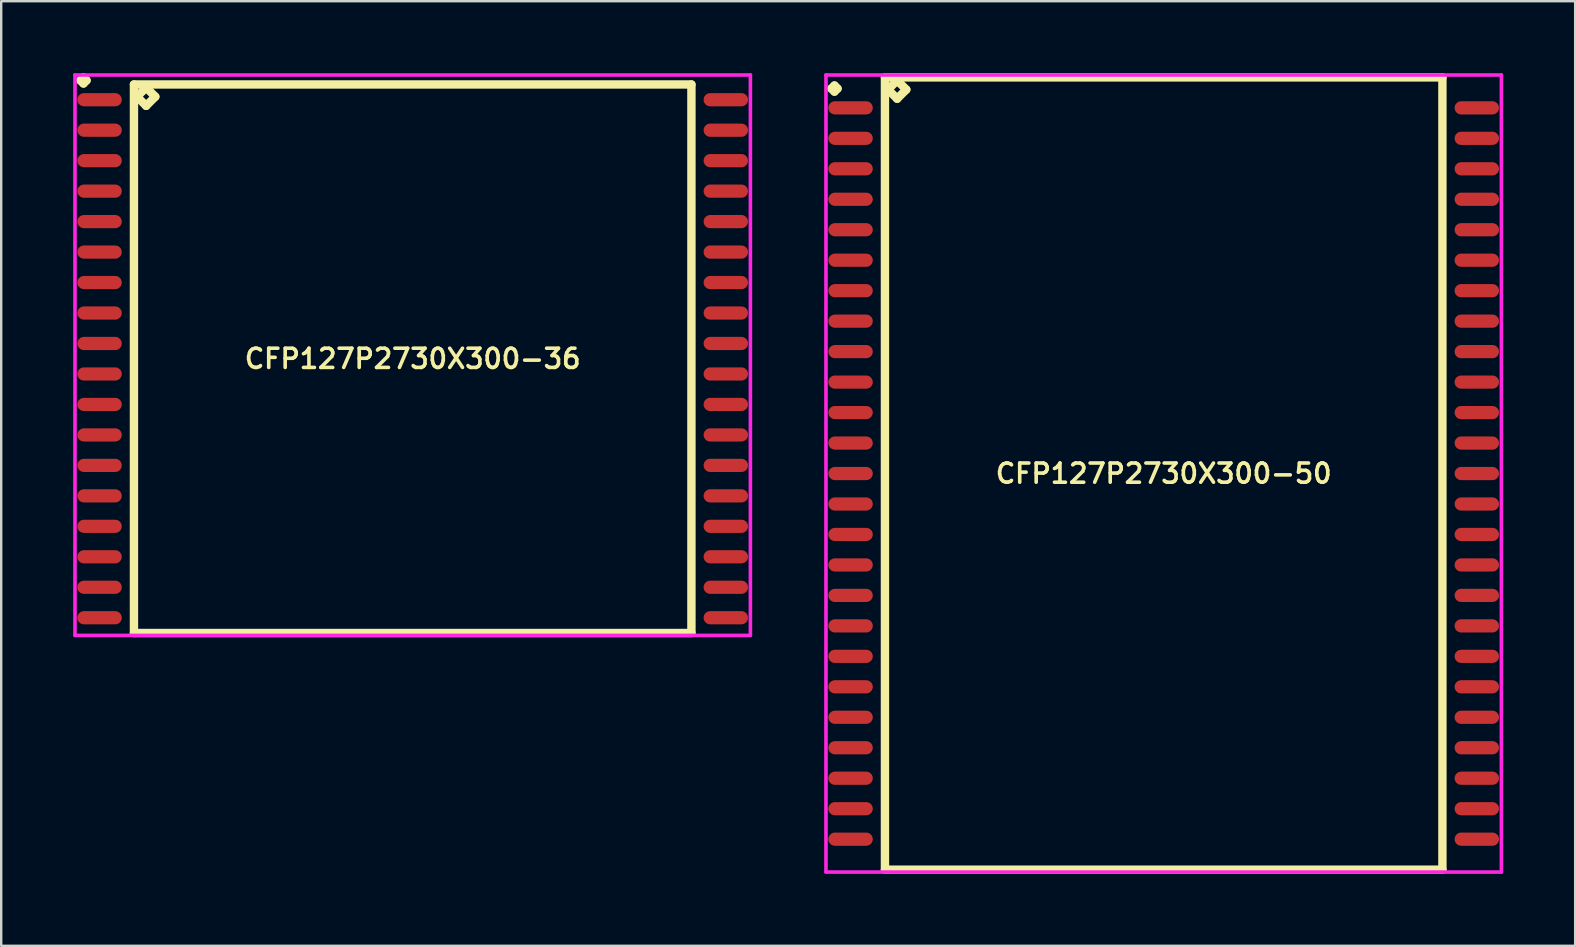
<source format=kicad_pcb>
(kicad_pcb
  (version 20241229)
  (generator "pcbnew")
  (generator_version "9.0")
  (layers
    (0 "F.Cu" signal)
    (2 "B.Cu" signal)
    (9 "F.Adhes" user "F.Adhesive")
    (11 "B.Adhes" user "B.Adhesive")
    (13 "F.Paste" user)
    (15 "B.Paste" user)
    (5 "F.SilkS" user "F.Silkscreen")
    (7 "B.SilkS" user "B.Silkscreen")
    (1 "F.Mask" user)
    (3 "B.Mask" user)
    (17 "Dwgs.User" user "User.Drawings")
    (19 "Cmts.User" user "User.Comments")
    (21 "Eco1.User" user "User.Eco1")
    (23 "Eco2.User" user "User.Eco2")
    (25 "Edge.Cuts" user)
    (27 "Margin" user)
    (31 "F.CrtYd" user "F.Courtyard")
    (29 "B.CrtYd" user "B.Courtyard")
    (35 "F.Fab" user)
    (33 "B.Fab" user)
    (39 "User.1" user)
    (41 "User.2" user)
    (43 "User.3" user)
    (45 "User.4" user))
  (footprint "CFP127P2730X300-50"
    (layer "F.Cu")
    (at 45.45 16.685)
    (property "Reference" "CFP127P2730X300-50" (at 0 0 0) (layer "F.SilkS") (effects (font (size 0.8 0.8) (thickness 0.15))))
    (attr smd)
    (fp_line (start -13.848 -16.044) (end -13.721 -16.171) (stroke (width 0.35) (type solid)) (layer "F.SilkS"))
    (fp_line (start -13.721 -16.171) (end -13.594 -16.044) (stroke (width 0.35) (type solid)) (layer "F.SilkS"))
    (fp_line (start -13.721 -15.917) (end -13.848 -16.044) (stroke (width 0.35) (type solid)) (layer "F.SilkS"))
    (fp_line (start -13.594 -16.044) (end -13.721 -15.917) (stroke (width 0.35) (type solid)) (layer "F.SilkS"))
    (fp_line (start -11.617 -16.51) (end -11.617 16.51) (stroke (width 0.35) (type solid)) (layer "F.SilkS"))
    (fp_line (start -11.617 16.51) (end 11.617 16.51) (stroke (width 0.35) (type solid)) (layer "F.SilkS"))
    (fp_line (start -11.49 -16.002) (end -11.109 -16.383) (stroke (width 0.35) (type solid)) (layer "F.SilkS"))
    (fp_line (start -11.109 -16.383) (end -10.728 -16.002) (stroke (width 0.35) (type solid)) (layer "F.SilkS"))
    (fp_line (start -11.109 -15.621) (end -11.49 -16.002) (stroke (width 0.35) (type solid)) (layer "F.SilkS"))
    (fp_line (start -10.728 -16.002) (end -11.109 -15.621) (stroke (width 0.35) (type solid)) (layer "F.SilkS"))
    (fp_line (start 11.617 -16.51) (end -11.617 -16.51) (stroke (width 0.35) (type solid)) (layer "F.SilkS"))
    (fp_line (start 11.617 16.51) (end 11.617 -16.51) (stroke (width 0.35) (type solid)) (layer "F.SilkS"))
    (fp_line (start -14.075 -16.61) (end 14.075 -16.61) (stroke (width 0.15) (type solid)) (layer "F.CrtYd"))
    (fp_line (start -14.075 16.61) (end -14.075 -16.61) (stroke (width 0.15) (type solid)) (layer "F.CrtYd"))
    (fp_line (start 14.075 -16.61) (end 14.075 16.61) (stroke (width 0.15) (type solid)) (layer "F.CrtYd"))
    (fp_line (start 14.075 16.61) (end -14.075 16.61) (stroke (width 0.15) (type solid)) (layer "F.CrtYd"))
    (pad "1" smd oval (at -13.05 -15.24) (size 1.85 0.55) (layers "F.Cu" "F.Mask" "F.Paste"))
    (pad "2" smd oval (at -13.05 -13.97) (size 1.85 0.55) (layers "F.Cu" "F.Mask" "F.Paste"))
    (pad "3" smd oval (at -13.05 -12.7) (size 1.85 0.55) (layers "F.Cu" "F.Mask" "F.Paste"))
    (pad "4" smd oval (at -13.05 -11.43) (size 1.85 0.55) (layers "F.Cu" "F.Mask" "F.Paste"))
    (pad "5" smd oval (at -13.05 -10.16) (size 1.85 0.55) (layers "F.Cu" "F.Mask" "F.Paste"))
    (pad "6" smd oval (at -13.05 -8.89) (size 1.85 0.55) (layers "F.Cu" "F.Mask" "F.Paste"))
    (pad "7" smd oval (at -13.05 -7.62) (size 1.85 0.55) (layers "F.Cu" "F.Mask" "F.Paste"))
    (pad "8" smd oval (at -13.05 -6.35) (size 1.85 0.55) (layers "F.Cu" "F.Mask" "F.Paste"))
    (pad "9" smd oval (at -13.05 -5.08) (size 1.85 0.55) (layers "F.Cu" "F.Mask" "F.Paste"))
    (pad "10" smd oval (at -13.05 -3.81) (size 1.85 0.55) (layers "F.Cu" "F.Mask" "F.Paste"))
    (pad "11" smd oval (at -13.05 -2.54) (size 1.85 0.55) (layers "F.Cu" "F.Mask" "F.Paste"))
    (pad "12" smd oval (at -13.05 -1.27) (size 1.85 0.55) (layers "F.Cu" "F.Mask" "F.Paste"))
    (pad "13" smd oval (at -13.05 0) (size 1.85 0.55) (layers "F.Cu" "F.Mask" "F.Paste"))
    (pad "14" smd oval (at -13.05 1.27) (size 1.85 0.55) (layers "F.Cu" "F.Mask" "F.Paste"))
    (pad "15" smd oval (at -13.05 2.54) (size 1.85 0.55) (layers "F.Cu" "F.Mask" "F.Paste"))
    (pad "16" smd oval (at -13.05 3.81) (size 1.85 0.55) (layers "F.Cu" "F.Mask" "F.Paste"))
    (pad "17" smd oval (at -13.05 5.08) (size 1.85 0.55) (layers "F.Cu" "F.Mask" "F.Paste"))
    (pad "18" smd oval (at -13.05 6.35) (size 1.85 0.55) (layers "F.Cu" "F.Mask" "F.Paste"))
    (pad "19" smd oval (at -13.05 7.62) (size 1.85 0.55) (layers "F.Cu" "F.Mask" "F.Paste"))
    (pad "20" smd oval (at -13.05 8.89) (size 1.85 0.55) (layers "F.Cu" "F.Mask" "F.Paste"))
    (pad "21" smd oval (at -13.05 10.16) (size 1.85 0.55) (layers "F.Cu" "F.Mask" "F.Paste"))
    (pad "22" smd oval (at -13.05 11.43) (size 1.85 0.55) (layers "F.Cu" "F.Mask" "F.Paste"))
    (pad "23" smd oval (at -13.05 12.7) (size 1.85 0.55) (layers "F.Cu" "F.Mask" "F.Paste"))
    (pad "24" smd oval (at -13.05 13.97) (size 1.85 0.55) (layers "F.Cu" "F.Mask" "F.Paste"))
    (pad "25" smd oval (at -13.05 15.24) (size 1.85 0.55) (layers "F.Cu" "F.Mask" "F.Paste"))
    (pad "26" smd oval (at 13.05 15.24) (size 1.85 0.55) (layers "F.Cu" "F.Mask" "F.Paste"))
    (pad "27" smd oval (at 13.05 13.97) (size 1.85 0.55) (layers "F.Cu" "F.Mask" "F.Paste"))
    (pad "28" smd oval (at 13.05 12.7) (size 1.85 0.55) (layers "F.Cu" "F.Mask" "F.Paste"))
    (pad "29" smd oval (at 13.05 11.43) (size 1.85 0.55) (layers "F.Cu" "F.Mask" "F.Paste"))
    (pad "30" smd oval (at 13.05 10.16) (size 1.85 0.55) (layers "F.Cu" "F.Mask" "F.Paste"))
    (pad "31" smd oval (at 13.05 8.89) (size 1.85 0.55) (layers "F.Cu" "F.Mask" "F.Paste"))
    (pad "32" smd oval (at 13.05 7.62) (size 1.85 0.55) (layers "F.Cu" "F.Mask" "F.Paste"))
    (pad "33" smd oval (at 13.05 6.35) (size 1.85 0.55) (layers "F.Cu" "F.Mask" "F.Paste"))
    (pad "34" smd oval (at 13.05 5.08) (size 1.85 0.55) (layers "F.Cu" "F.Mask" "F.Paste"))
    (pad "35" smd oval (at 13.05 3.81) (size 1.85 0.55) (layers "F.Cu" "F.Mask" "F.Paste"))
    (pad "36" smd oval (at 13.05 2.54) (size 1.85 0.55) (layers "F.Cu" "F.Mask" "F.Paste"))
    (pad "37" smd oval (at 13.05 1.27) (size 1.85 0.55) (layers "F.Cu" "F.Mask" "F.Paste"))
    (pad "38" smd oval (at 13.05 0) (size 1.85 0.55) (layers "F.Cu" "F.Mask" "F.Paste"))
    (pad "39" smd oval (at 13.05 -1.27) (size 1.85 0.55) (layers "F.Cu" "F.Mask" "F.Paste"))
    (pad "40" smd oval (at 13.05 -2.54) (size 1.85 0.55) (layers "F.Cu" "F.Mask" "F.Paste"))
    (pad "41" smd oval (at 13.05 -3.81) (size 1.85 0.55) (layers "F.Cu" "F.Mask" "F.Paste"))
    (pad "42" smd oval (at 13.05 -5.08) (size 1.85 0.55) (layers "F.Cu" "F.Mask" "F.Paste"))
    (pad "43" smd oval (at 13.05 -6.35) (size 1.85 0.55) (layers "F.Cu" "F.Mask" "F.Paste"))
    (pad "44" smd oval (at 13.05 -7.62) (size 1.85 0.55) (layers "F.Cu" "F.Mask" "F.Paste"))
    (pad "45" smd oval (at 13.05 -8.89) (size 1.85 0.55) (layers "F.Cu" "F.Mask" "F.Paste"))
    (pad "46" smd oval (at 13.05 -10.16) (size 1.85 0.55) (layers "F.Cu" "F.Mask" "F.Paste"))
    (pad "47" smd oval (at 13.05 -11.43) (size 1.85 0.55) (layers "F.Cu" "F.Mask" "F.Paste"))
    (pad "48" smd oval (at 13.05 -12.7) (size 1.85 0.55) (layers "F.Cu" "F.Mask" "F.Paste"))
    (pad "49" smd oval (at 13.05 -13.97) (size 1.85 0.55) (layers "F.Cu" "F.Mask" "F.Paste"))
    (pad "50" smd oval (at 13.05 -15.24) (size 1.85 0.55) (layers "F.Cu" "F.Mask" "F.Paste")))
  (footprint "CFP127P2730X300-36"
    (layer "F.Cu")
    (at 14.15 11.901)
    (property "Reference" "CFP127P2730X300-36" (at 0 0 0) (layer "F.SilkS") (effects (font (size 0.8 0.8) (thickness 0.15))))
    (attr smd)
    (fp_line (start -13.848 -11.599) (end -13.721 -11.726) (stroke (width 0.35) (type solid)) (layer "F.SilkS"))
    (fp_line (start -13.721 -11.726) (end -13.594 -11.599) (stroke (width 0.35) (type solid)) (layer "F.SilkS"))
    (fp_line (start -13.721 -11.472) (end -13.848 -11.599) (stroke (width 0.35) (type solid)) (layer "F.SilkS"))
    (fp_line (start -13.594 -11.599) (end -13.721 -11.472) (stroke (width 0.35) (type solid)) (layer "F.SilkS"))
    (fp_line (start -11.617 -11.43) (end -11.617 11.43) (stroke (width 0.35) (type solid)) (layer "F.SilkS"))
    (fp_line (start -11.617 11.43) (end 11.617 11.43) (stroke (width 0.35) (type solid)) (layer "F.SilkS"))
    (fp_line (start -11.49 -10.922) (end -11.109 -11.303) (stroke (width 0.35) (type solid)) (layer "F.SilkS"))
    (fp_line (start -11.109 -11.303) (end -10.728 -10.922) (stroke (width 0.35) (type solid)) (layer "F.SilkS"))
    (fp_line (start -11.109 -10.541) (end -11.49 -10.922) (stroke (width 0.35) (type solid)) (layer "F.SilkS"))
    (fp_line (start -10.728 -10.922) (end -11.109 -10.541) (stroke (width 0.35) (type solid)) (layer "F.SilkS"))
    (fp_line (start 11.617 -11.43) (end -11.617 -11.43) (stroke (width 0.35) (type solid)) (layer "F.SilkS"))
    (fp_line (start 11.617 11.43) (end 11.617 -11.43) (stroke (width 0.35) (type solid)) (layer "F.SilkS"))
    (fp_line (start -14.075 -11.826) (end 14.075 -11.826) (stroke (width 0.15) (type solid)) (layer "F.CrtYd"))
    (fp_line (start -14.075 11.53) (end -14.075 -11.826) (stroke (width 0.15) (type solid)) (layer "F.CrtYd"))
    (fp_line (start 14.075 -11.826) (end 14.075 11.53) (stroke (width 0.15) (type solid)) (layer "F.CrtYd"))
    (fp_line (start 14.075 11.53) (end -14.075 11.53) (stroke (width 0.15) (type solid)) (layer "F.CrtYd"))
    (pad "1" smd oval (at -13.05 -10.795) (size 1.85 0.55) (layers "F.Cu" "F.Mask" "F.Paste"))
    (pad "2" smd oval (at -13.05 -9.525) (size 1.85 0.55) (layers "F.Cu" "F.Mask" "F.Paste"))
    (pad "3" smd oval (at -13.05 -8.255) (size 1.85 0.55) (layers "F.Cu" "F.Mask" "F.Paste"))
    (pad "4" smd oval (at -13.05 -6.985) (size 1.85 0.55) (layers "F.Cu" "F.Mask" "F.Paste"))
    (pad "5" smd oval (at -13.05 -5.715) (size 1.85 0.55) (layers "F.Cu" "F.Mask" "F.Paste"))
    (pad "6" smd oval (at -13.05 -4.445) (size 1.85 0.55) (layers "F.Cu" "F.Mask" "F.Paste"))
    (pad "7" smd oval (at -13.05 -3.175) (size 1.85 0.55) (layers "F.Cu" "F.Mask" "F.Paste"))
    (pad "8" smd oval (at -13.05 -1.905) (size 1.85 0.55) (layers "F.Cu" "F.Mask" "F.Paste"))
    (pad "9" smd oval (at -13.05 -0.635) (size 1.85 0.55) (layers "F.Cu" "F.Mask" "F.Paste"))
    (pad "10" smd oval (at -13.05 0.635) (size 1.85 0.55) (layers "F.Cu" "F.Mask" "F.Paste"))
    (pad "11" smd oval (at -13.05 1.905) (size 1.85 0.55) (layers "F.Cu" "F.Mask" "F.Paste"))
    (pad "12" smd oval (at -13.05 3.175) (size 1.85 0.55) (layers "F.Cu" "F.Mask" "F.Paste"))
    (pad "13" smd oval (at -13.05 4.445) (size 1.85 0.55) (layers "F.Cu" "F.Mask" "F.Paste"))
    (pad "14" smd oval (at -13.05 5.715) (size 1.85 0.55) (layers "F.Cu" "F.Mask" "F.Paste"))
    (pad "15" smd oval (at -13.05 6.985) (size 1.85 0.55) (layers "F.Cu" "F.Mask" "F.Paste"))
    (pad "16" smd oval (at -13.05 8.255) (size 1.85 0.55) (layers "F.Cu" "F.Mask" "F.Paste"))
    (pad "17" smd oval (at -13.05 9.525) (size 1.85 0.55) (layers "F.Cu" "F.Mask" "F.Paste"))
    (pad "18" smd oval (at -13.05 10.795) (size 1.85 0.55) (layers "F.Cu" "F.Mask" "F.Paste"))
    (pad "19" smd oval (at 13.05 10.795) (size 1.85 0.55) (layers "F.Cu" "F.Mask" "F.Paste"))
    (pad "20" smd oval (at 13.05 9.525) (size 1.85 0.55) (layers "F.Cu" "F.Mask" "F.Paste"))
    (pad "21" smd oval (at 13.05 8.255) (size 1.85 0.55) (layers "F.Cu" "F.Mask" "F.Paste"))
    (pad "22" smd oval (at 13.05 6.985) (size 1.85 0.55) (layers "F.Cu" "F.Mask" "F.Paste"))
    (pad "23" smd oval (at 13.05 5.715) (size 1.85 0.55) (layers "F.Cu" "F.Mask" "F.Paste"))
    (pad "24" smd oval (at 13.05 4.445) (size 1.85 0.55) (layers "F.Cu" "F.Mask" "F.Paste"))
    (pad "25" smd oval (at 13.05 3.175) (size 1.85 0.55) (layers "F.Cu" "F.Mask" "F.Paste"))
    (pad "26" smd oval (at 13.05 1.905) (size 1.85 0.55) (layers "F.Cu" "F.Mask" "F.Paste"))
    (pad "27" smd oval (at 13.05 0.635) (size 1.85 0.55) (layers "F.Cu" "F.Mask" "F.Paste"))
    (pad "28" smd oval (at 13.05 -0.635) (size 1.85 0.55) (layers "F.Cu" "F.Mask" "F.Paste"))
    (pad "29" smd oval (at 13.05 -1.905) (size 1.85 0.55) (layers "F.Cu" "F.Mask" "F.Paste"))
    (pad "30" smd oval (at 13.05 -3.175) (size 1.85 0.55) (layers "F.Cu" "F.Mask" "F.Paste"))
    (pad "31" smd oval (at 13.05 -4.445) (size 1.85 0.55) (layers "F.Cu" "F.Mask" "F.Paste"))
    (pad "32" smd oval (at 13.05 -5.715) (size 1.85 0.55) (layers "F.Cu" "F.Mask" "F.Paste"))
    (pad "33" smd oval (at 13.05 -6.985) (size 1.85 0.55) (layers "F.Cu" "F.Mask" "F.Paste"))
    (pad "34" smd oval (at 13.05 -8.255) (size 1.85 0.55) (layers "F.Cu" "F.Mask" "F.Paste"))
    (pad "35" smd oval (at 13.05 -9.525) (size 1.85 0.55) (layers "F.Cu" "F.Mask" "F.Paste"))
    (pad "36" smd oval (at 13.05 -10.795) (size 1.85 0.55) (layers "F.Cu" "F.Mask" "F.Paste")))
  (gr_rect
    (start -3 -3)
    (end 62.6 36.37)
    (stroke (width 0.1) (type default))
    (fill no)
    (layer "Edge.Cuts")))
</source>
